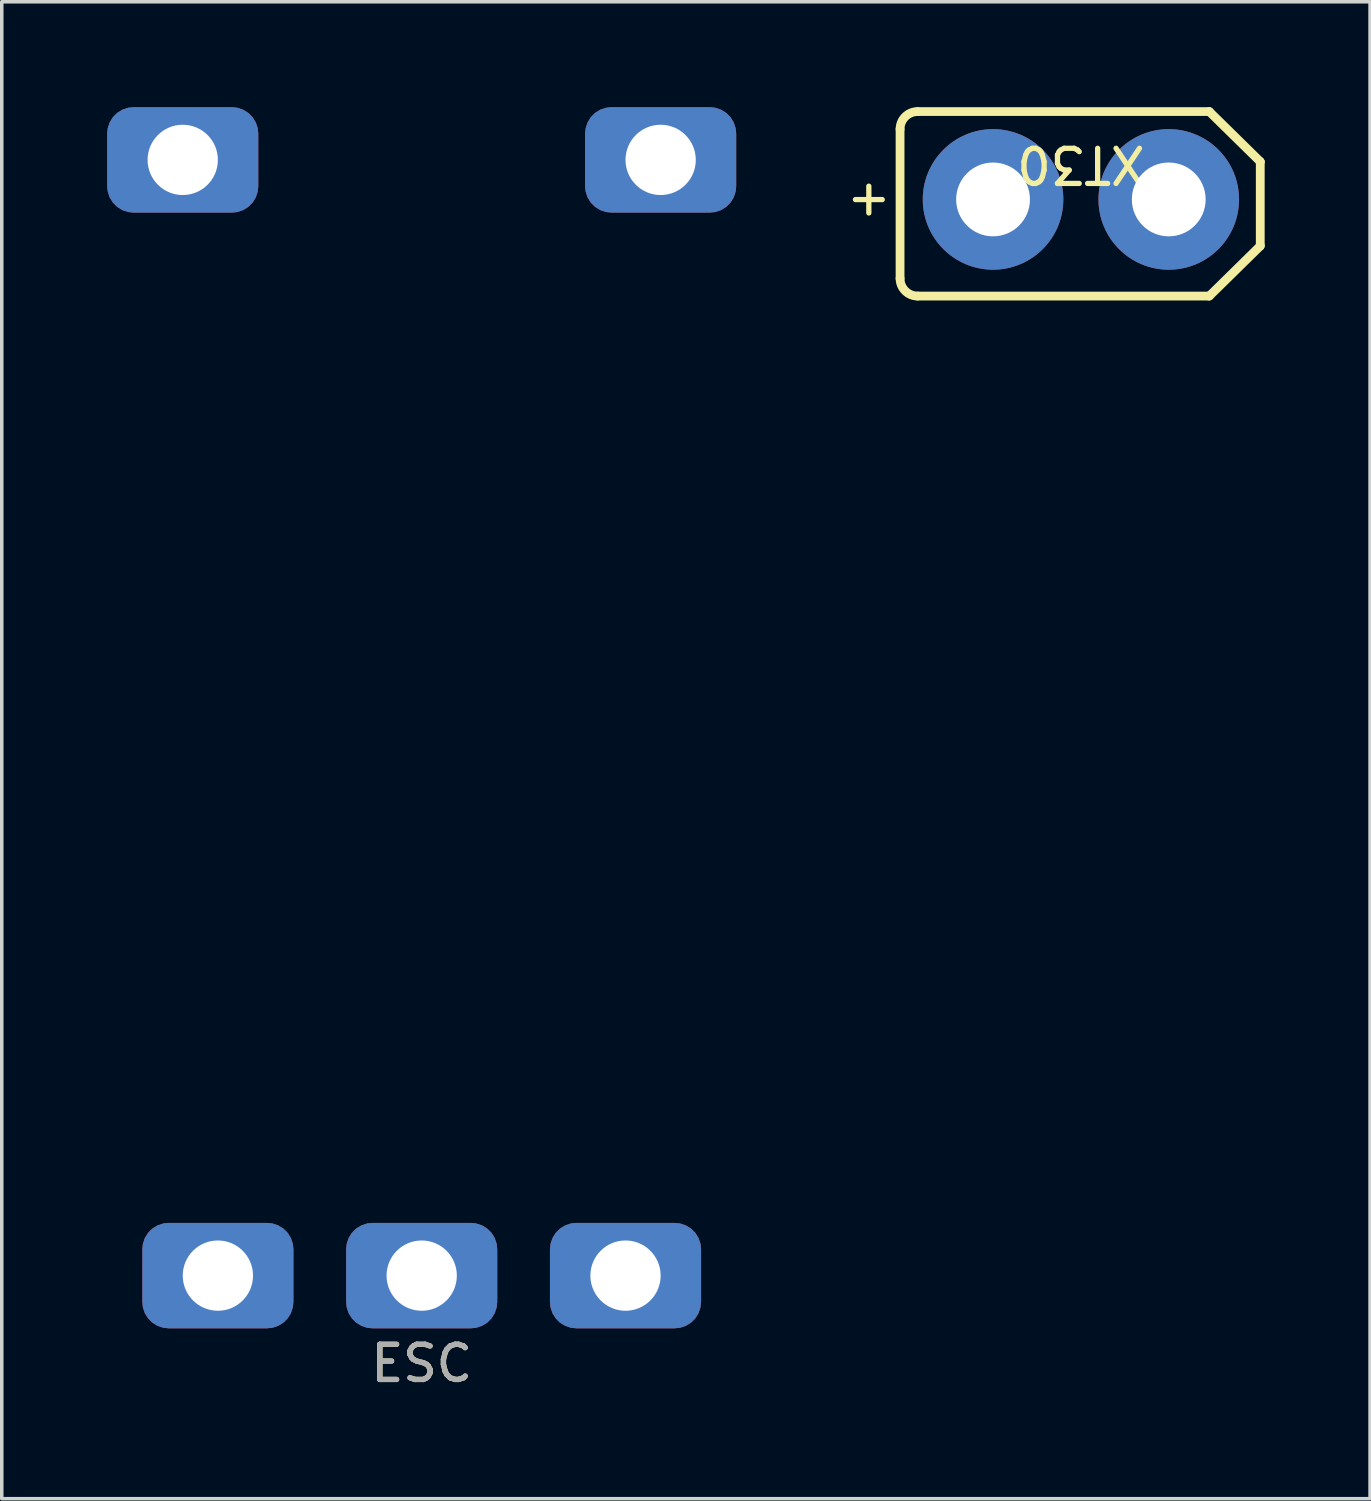
<source format=kicad_pcb>
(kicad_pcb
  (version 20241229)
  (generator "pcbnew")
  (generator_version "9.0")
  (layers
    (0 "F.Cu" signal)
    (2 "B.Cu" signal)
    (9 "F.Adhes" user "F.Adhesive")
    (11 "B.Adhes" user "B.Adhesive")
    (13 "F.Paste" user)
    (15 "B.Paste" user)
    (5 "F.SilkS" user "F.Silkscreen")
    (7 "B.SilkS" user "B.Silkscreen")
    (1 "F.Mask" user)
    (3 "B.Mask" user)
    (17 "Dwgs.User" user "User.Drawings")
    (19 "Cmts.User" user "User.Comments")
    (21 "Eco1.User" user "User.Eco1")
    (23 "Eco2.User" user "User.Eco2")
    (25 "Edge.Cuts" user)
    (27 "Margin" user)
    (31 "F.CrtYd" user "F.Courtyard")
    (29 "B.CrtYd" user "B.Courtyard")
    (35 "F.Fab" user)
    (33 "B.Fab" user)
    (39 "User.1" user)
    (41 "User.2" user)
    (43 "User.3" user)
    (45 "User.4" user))
  (footprint "ESC"
    (layer "F.Cu")
    (at 8.95 33.25)
    (property "Reference" "ESC" (at 0 2.5 0) (unlocked yes) (layer "F.SilkS") (effects (font (size 1 1) (thickness 0.15))))
    (attr smd)
    (fp_text user "${REFERENCE}" (at 0 2.5 0) (unlocked yes) (layer "F.Fab") (effects (font (size 1 1) (thickness 0.15))))
    (pad "1" thru_hole roundrect (at -6.8 -31.75) (size 4.3 3) (drill 2) (layers "*.Cu" "*.Mask") (roundrect_rratio 0.25))
    (pad "2" thru_hole roundrect (at 6.8 -31.75) (size 4.3 3) (drill 2) (layers "*.Cu" "*.Mask") (roundrect_rratio 0.25))
    (pad "3" thru_hole roundrect (at -5.8 0) (size 4.3 3) (drill 2) (layers "*.Cu" "*.Mask") (roundrect_rratio 0.25))
    (pad "4" thru_hole roundrect (at 0 0) (size 4.3 3) (drill 2) (layers "*.Cu" "*.Mask") (roundrect_rratio 0.25))
    (pad "5" thru_hole roundrect (at 5.8 0) (size 4.3 3) (drill 2) (layers "*.Cu" "*.Mask") (roundrect_rratio 0.25)))
  (footprint "XT30"
    (layer "F.Cu")
    (at 25.959 2.875)
    (property "Reference" "XT30" (at 1.75 -1.25 180) (unlocked yes) (layer "F.SilkS") (effects (font (size 1 1) (thickness 0.15))))
    (attr smd)
    (fp_line (start -3.396 -2.25) (end -3.396 2) (stroke (width 0.25) (type solid)) (layer "F.SilkS"))
    (fp_line (start -2.896 2.5) (end 5.396 2.5) (stroke (width 0.25) (type solid)) (layer "F.SilkS"))
    (fp_line (start 5.396 -2.75) (end -2.896 -2.75) (stroke (width 0.25) (type solid)) (layer "F.SilkS"))
    (fp_line (start 5.41 2.494) (end 6.848 1.081) (stroke (width 0.25) (type solid)) (layer "F.SilkS"))
    (fp_line (start 6.848 -1.331) (end 5.41 -2.744) (stroke (width 0.25) (type solid)) (layer "F.SilkS"))
    (fp_line (start 6.854 1.067) (end 6.854 -1.317) (stroke (width 0.25) (type solid)) (layer "F.SilkS"))
    (fp_arc (start -3.395909 -2.25) (mid -3.249463 -2.603557) (end -2.895909 -2.75) (stroke (width 0.25) (type solid)) (layer "F.SilkS"))
    (fp_arc (start -2.895909 2.5) (mid -3.249457 2.35355) (end -3.395909 2) (stroke (width 0.25) (type solid)) (layer "F.SilkS"))
    (fp_arc (start 5.395908 -2.75) (mid 5.403482 -2.748512) (end 5.409927 -2.744265) (stroke (width 0.25) (type solid)) (layer "F.SilkS"))
    (fp_arc (start 5.409927 2.494265) (mid 5.403484 2.498516) (end 5.395908 2.5) (stroke (width 0.25) (type solid)) (layer "F.SilkS"))
    (fp_arc (start 6.84811 -1.330878) (mid 6.852539 -1.324349) (end 6.854091 -1.316614) (stroke (width 0.25) (type solid)) (layer "F.SilkS"))
    (fp_arc (start 6.854091 1.066614) (mid 6.852531 1.074346) (end 6.84811 1.080878) (stroke (width 0.25) (type solid)) (layer "F.SilkS"))
    (fp_text user "+" (at -4.211 -0.246 270) (unlocked yes) (layer "F.SilkS") (effects (font (size 1 1) (thickness 0.15))))
    (pad "1" thru_hole circle (at -0.75 -0.25 180) (size 4 4) (drill 2.1) (layers "*.Cu" "*.Mask"))
    (pad "2" thru_hole circle (at 4.25 -0.25 180) (size 4 4) (drill 2.1) (layers "*.Cu" "*.Mask")))
  (gr_rect
    (start -3 -3)
    (end 35.938 39.598)
    (stroke (width 0.1) (type default))
    (fill no)
    (layer "Edge.Cuts")))
</source>
